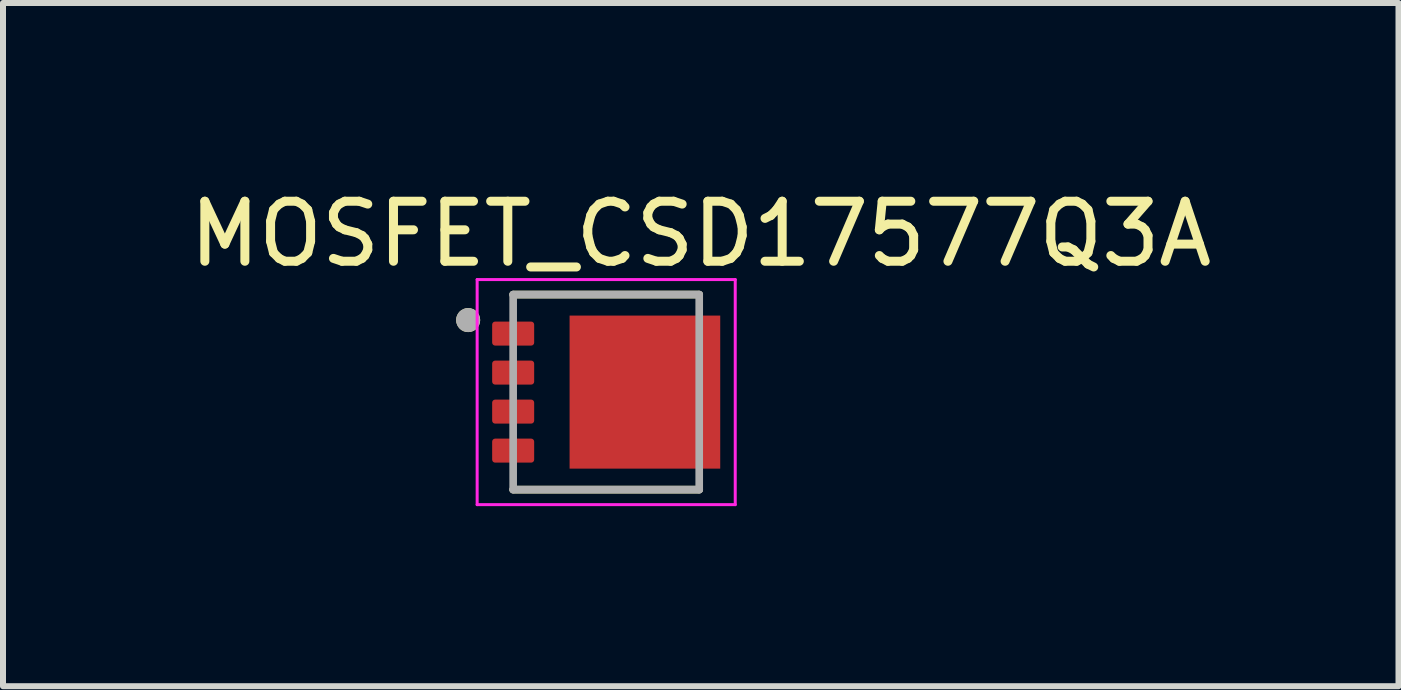
<source format=kicad_pcb>
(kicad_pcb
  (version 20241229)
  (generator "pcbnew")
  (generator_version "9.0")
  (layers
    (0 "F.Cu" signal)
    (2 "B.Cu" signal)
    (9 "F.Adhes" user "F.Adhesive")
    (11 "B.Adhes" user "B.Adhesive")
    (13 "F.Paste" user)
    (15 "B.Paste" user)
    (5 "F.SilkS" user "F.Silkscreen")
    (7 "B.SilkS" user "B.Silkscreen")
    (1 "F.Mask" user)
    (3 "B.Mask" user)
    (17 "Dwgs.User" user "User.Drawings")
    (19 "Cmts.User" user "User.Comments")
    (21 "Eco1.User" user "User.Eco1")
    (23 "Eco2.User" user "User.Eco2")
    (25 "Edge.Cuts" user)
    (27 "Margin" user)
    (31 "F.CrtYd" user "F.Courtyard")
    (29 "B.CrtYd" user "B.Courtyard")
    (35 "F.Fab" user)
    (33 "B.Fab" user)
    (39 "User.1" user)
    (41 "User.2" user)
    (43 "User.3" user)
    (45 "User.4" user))
  (footprint "MOSFET_CSD17577Q3A"
    (layer "F.Cu")
    (at 7.05 3.483)
    (property "Reference" "MOSFET_CSD17577Q3A" (at 1.575 -2.635 0) (layer "F.SilkS") (effects (font (size 1 1) (thickness 0.15))))
    (attr smd)
    (fp_poly (pts (xy -0.561 -1.225) (xy 1.215 -1.225) (xy 1.215 1.227) (xy -0.561 1.227)) (stroke (width 0.01) (type solid)) (fill yes) (layer "F.Mask"))
    (fp_poly (pts (xy 1.215 -0.475) (xy 1.85 -0.475) (xy 1.85 -0.175) (xy 1.215 -0.175)) (stroke (width 0.01) (type solid)) (fill yes) (layer "F.Mask"))
    (fp_poly (pts (xy 1.215 0.175) (xy 1.85 0.175) (xy 1.85 0.475) (xy 1.215 0.475)) (stroke (width 0.01) (type solid)) (fill yes) (layer "F.Mask"))
    (fp_poly (pts (xy 1.215 0.825) (xy 1.85 0.825) (xy 1.85 1.125) (xy 1.215 1.125)) (stroke (width 0.01) (type solid)) (fill yes) (layer "F.Mask"))
    (fp_poly (pts (xy 1.216 -1.125) (xy 1.85 -1.125) (xy 1.85 -0.826) (xy 1.216 -0.826)) (stroke (width 0.01) (type solid)) (fill yes) (layer "F.Mask"))
    (fp_poly (pts (xy -1.8 -1.125) (xy -1.3 -1.125) (xy -1.297 -1.125) (xy -1.295 -1.125) (xy -1.292 -1.124) (xy -1.29 -1.124) (xy -1.287 -1.123) (xy -1.285 -1.123) (xy -1.282 -1.122) (xy -1.28 -1.121) (xy -1.277 -1.12) (xy -1.275 -1.118) (xy -1.273 -1.117) (xy -1.271 -1.115) (xy -1.269 -1.114) (xy -1.267 -1.112) (xy -1.265 -1.11) (xy -1.263 -1.108) (xy -1.261 -1.106) (xy -1.26 -1.104) (xy -1.258 -1.102) (xy -1.257 -1.1) (xy -1.255 -1.098) (xy -1.254 -1.095) (xy -1.253 -1.093) (xy -1.252 -1.09) (xy -1.252 -1.088) (xy -1.251 -1.085) (xy -1.251 -1.083) (xy -1.25 -1.08) (xy -1.25 -1.078) (xy -1.25 -1.075) (xy -1.25 -0.875) (xy -1.25 -0.872) (xy -1.25 -0.87) (xy -1.251 -0.867) (xy -1.251 -0.865) (xy -1.252 -0.862) (xy -1.252 -0.86) (xy -1.253 -0.857) (xy -1.254 -0.855) (xy -1.255 -0.852) (xy -1.257 -0.85) (xy -1.258 -0.848) (xy -1.26 -0.846) (xy -1.261 -0.844) (xy -1.263 -0.842) (xy -1.265 -0.84) (xy -1.267 -0.838) (xy -1.269 -0.836) (xy -1.271 -0.835) (xy -1.273 -0.833) (xy -1.275 -0.832) (xy -1.277 -0.83) (xy -1.28 -0.829) (xy -1.282 -0.828) (xy -1.285 -0.827) (xy -1.287 -0.827) (xy -1.29 -0.826) (xy -1.292 -0.826) (xy -1.295 -0.825) (xy -1.297 -0.825) (xy -1.3 -0.825) (xy -1.8 -0.825) (xy -1.803 -0.825) (xy -1.805 -0.825) (xy -1.808 -0.826) (xy -1.81 -0.826) (xy -1.813 -0.827) (xy -1.815 -0.827) (xy -1.818 -0.828) (xy -1.82 -0.829) (xy -1.823 -0.83) (xy -1.825 -0.832) (xy -1.827 -0.833) (xy -1.829 -0.835) (xy -1.831 -0.836) (xy -1.833 -0.838) (xy -1.835 -0.84) (xy -1.837 -0.842) (xy -1.839 -0.844) (xy -1.84 -0.846) (xy -1.842 -0.848) (xy -1.843 -0.85) (xy -1.845 -0.852) (xy -1.846 -0.855) (xy -1.847 -0.857) (xy -1.848 -0.86) (xy -1.848 -0.862) (xy -1.849 -0.865) (xy -1.849 -0.867) (xy -1.85 -0.87) (xy -1.85 -0.872) (xy -1.85 -0.875) (xy -1.85 -1.075) (xy -1.85 -1.078) (xy -1.85 -1.08) (xy -1.849 -1.083) (xy -1.849 -1.085) (xy -1.848 -1.088) (xy -1.848 -1.09) (xy -1.847 -1.093) (xy -1.846 -1.095) (xy -1.845 -1.098) (xy -1.843 -1.1) (xy -1.842 -1.102) (xy -1.84 -1.104) (xy -1.839 -1.106) (xy -1.837 -1.108) (xy -1.835 -1.11) (xy -1.833 -1.112) (xy -1.831 -1.114) (xy -1.829 -1.115) (xy -1.827 -1.117) (xy -1.825 -1.118) (xy -1.823 -1.12) (xy -1.82 -1.121) (xy -1.818 -1.122) (xy -1.815 -1.123) (xy -1.813 -1.123) (xy -1.81 -1.124) (xy -1.808 -1.124) (xy -1.805 -1.125) (xy -1.803 -1.125) (xy -1.8 -1.125)) (stroke (width 0.0001) (type solid)) (fill yes) (layer "F.Mask"))
    (fp_poly (pts (xy -1.8 -0.475) (xy -1.3 -0.475) (xy -1.297 -0.475) (xy -1.295 -0.475) (xy -1.292 -0.474) (xy -1.29 -0.474) (xy -1.287 -0.473) (xy -1.285 -0.473) (xy -1.282 -0.472) (xy -1.28 -0.471) (xy -1.277 -0.47) (xy -1.275 -0.468) (xy -1.273 -0.467) (xy -1.271 -0.465) (xy -1.269 -0.464) (xy -1.267 -0.462) (xy -1.265 -0.46) (xy -1.263 -0.458) (xy -1.261 -0.456) (xy -1.26 -0.454) (xy -1.258 -0.452) (xy -1.257 -0.45) (xy -1.255 -0.448) (xy -1.254 -0.445) (xy -1.253 -0.443) (xy -1.252 -0.44) (xy -1.252 -0.438) (xy -1.251 -0.435) (xy -1.251 -0.433) (xy -1.25 -0.43) (xy -1.25 -0.428) (xy -1.25 -0.425) (xy -1.25 -0.225) (xy -1.25 -0.222) (xy -1.25 -0.22) (xy -1.251 -0.217) (xy -1.251 -0.215) (xy -1.252 -0.212) (xy -1.252 -0.21) (xy -1.253 -0.207) (xy -1.254 -0.205) (xy -1.255 -0.202) (xy -1.257 -0.2) (xy -1.258 -0.198) (xy -1.26 -0.196) (xy -1.261 -0.194) (xy -1.263 -0.192) (xy -1.265 -0.19) (xy -1.267 -0.188) (xy -1.269 -0.186) (xy -1.271 -0.185) (xy -1.273 -0.183) (xy -1.275 -0.182) (xy -1.277 -0.18) (xy -1.28 -0.179) (xy -1.282 -0.178) (xy -1.285 -0.177) (xy -1.287 -0.177) (xy -1.29 -0.176) (xy -1.292 -0.176) (xy -1.295 -0.175) (xy -1.297 -0.175) (xy -1.3 -0.175) (xy -1.8 -0.175) (xy -1.803 -0.175) (xy -1.805 -0.175) (xy -1.808 -0.176) (xy -1.81 -0.176) (xy -1.813 -0.177) (xy -1.815 -0.177) (xy -1.818 -0.178) (xy -1.82 -0.179) (xy -1.823 -0.18) (xy -1.825 -0.182) (xy -1.827 -0.183) (xy -1.829 -0.185) (xy -1.831 -0.186) (xy -1.833 -0.188) (xy -1.835 -0.19) (xy -1.837 -0.192) (xy -1.839 -0.194) (xy -1.84 -0.196) (xy -1.842 -0.198) (xy -1.843 -0.2) (xy -1.845 -0.202) (xy -1.846 -0.205) (xy -1.847 -0.207) (xy -1.848 -0.21) (xy -1.848 -0.212) (xy -1.849 -0.215) (xy -1.849 -0.217) (xy -1.85 -0.22) (xy -1.85 -0.222) (xy -1.85 -0.225) (xy -1.85 -0.425) (xy -1.85 -0.428) (xy -1.85 -0.43) (xy -1.849 -0.433) (xy -1.849 -0.435) (xy -1.848 -0.438) (xy -1.848 -0.44) (xy -1.847 -0.443) (xy -1.846 -0.445) (xy -1.845 -0.448) (xy -1.843 -0.45) (xy -1.842 -0.452) (xy -1.84 -0.454) (xy -1.839 -0.456) (xy -1.837 -0.458) (xy -1.835 -0.46) (xy -1.833 -0.462) (xy -1.831 -0.464) (xy -1.829 -0.465) (xy -1.827 -0.467) (xy -1.825 -0.468) (xy -1.823 -0.47) (xy -1.82 -0.471) (xy -1.818 -0.472) (xy -1.815 -0.473) (xy -1.813 -0.473) (xy -1.81 -0.474) (xy -1.808 -0.474) (xy -1.805 -0.475) (xy -1.803 -0.475) (xy -1.8 -0.475)) (stroke (width 0.0001) (type solid)) (fill yes) (layer "F.Mask"))
    (fp_poly (pts (xy -1.8 0.175) (xy -1.3 0.175) (xy -1.297 0.175) (xy -1.295 0.175) (xy -1.292 0.176) (xy -1.29 0.176) (xy -1.287 0.177) (xy -1.285 0.177) (xy -1.282 0.178) (xy -1.28 0.179) (xy -1.277 0.18) (xy -1.275 0.182) (xy -1.273 0.183) (xy -1.271 0.185) (xy -1.269 0.186) (xy -1.267 0.188) (xy -1.265 0.19) (xy -1.263 0.192) (xy -1.261 0.194) (xy -1.26 0.196) (xy -1.258 0.198) (xy -1.257 0.2) (xy -1.255 0.202) (xy -1.254 0.205) (xy -1.253 0.207) (xy -1.252 0.21) (xy -1.252 0.212) (xy -1.251 0.215) (xy -1.251 0.217) (xy -1.25 0.22) (xy -1.25 0.222) (xy -1.25 0.225) (xy -1.25 0.425) (xy -1.25 0.428) (xy -1.25 0.43) (xy -1.251 0.433) (xy -1.251 0.435) (xy -1.252 0.438) (xy -1.252 0.44) (xy -1.253 0.443) (xy -1.254 0.445) (xy -1.255 0.448) (xy -1.257 0.45) (xy -1.258 0.452) (xy -1.26 0.454) (xy -1.261 0.456) (xy -1.263 0.458) (xy -1.265 0.46) (xy -1.267 0.462) (xy -1.269 0.464) (xy -1.271 0.465) (xy -1.273 0.467) (xy -1.275 0.468) (xy -1.277 0.47) (xy -1.28 0.471) (xy -1.282 0.472) (xy -1.285 0.473) (xy -1.287 0.473) (xy -1.29 0.474) (xy -1.292 0.474) (xy -1.295 0.475) (xy -1.297 0.475) (xy -1.3 0.475) (xy -1.8 0.475) (xy -1.803 0.475) (xy -1.805 0.475) (xy -1.808 0.474) (xy -1.81 0.474) (xy -1.813 0.473) (xy -1.815 0.473) (xy -1.818 0.472) (xy -1.82 0.471) (xy -1.823 0.47) (xy -1.825 0.468) (xy -1.827 0.467) (xy -1.829 0.465) (xy -1.831 0.464) (xy -1.833 0.462) (xy -1.835 0.46) (xy -1.837 0.458) (xy -1.839 0.456) (xy -1.84 0.454) (xy -1.842 0.452) (xy -1.843 0.45) (xy -1.845 0.448) (xy -1.846 0.445) (xy -1.847 0.443) (xy -1.848 0.44) (xy -1.848 0.438) (xy -1.849 0.435) (xy -1.849 0.433) (xy -1.85 0.43) (xy -1.85 0.428) (xy -1.85 0.425) (xy -1.85 0.225) (xy -1.85 0.222) (xy -1.85 0.22) (xy -1.849 0.217) (xy -1.849 0.215) (xy -1.848 0.212) (xy -1.848 0.21) (xy -1.847 0.207) (xy -1.846 0.205) (xy -1.845 0.202) (xy -1.843 0.2) (xy -1.842 0.198) (xy -1.84 0.196) (xy -1.839 0.194) (xy -1.837 0.192) (xy -1.835 0.19) (xy -1.833 0.188) (xy -1.831 0.186) (xy -1.829 0.185) (xy -1.827 0.183) (xy -1.825 0.182) (xy -1.823 0.18) (xy -1.82 0.179) (xy -1.818 0.178) (xy -1.815 0.177) (xy -1.813 0.177) (xy -1.81 0.176) (xy -1.808 0.176) (xy -1.805 0.175) (xy -1.803 0.175) (xy -1.8 0.175)) (stroke (width 0.0001) (type solid)) (fill yes) (layer "F.Mask"))
    (fp_poly (pts (xy -1.8 0.825) (xy -1.3 0.825) (xy -1.297 0.825) (xy -1.295 0.825) (xy -1.292 0.826) (xy -1.29 0.826) (xy -1.287 0.827) (xy -1.285 0.827) (xy -1.282 0.828) (xy -1.28 0.829) (xy -1.277 0.83) (xy -1.275 0.832) (xy -1.273 0.833) (xy -1.271 0.835) (xy -1.269 0.836) (xy -1.267 0.838) (xy -1.265 0.84) (xy -1.263 0.842) (xy -1.261 0.844) (xy -1.26 0.846) (xy -1.258 0.848) (xy -1.257 0.85) (xy -1.255 0.852) (xy -1.254 0.855) (xy -1.253 0.857) (xy -1.252 0.86) (xy -1.252 0.862) (xy -1.251 0.865) (xy -1.251 0.867) (xy -1.25 0.87) (xy -1.25 0.872) (xy -1.25 0.875) (xy -1.25 1.075) (xy -1.25 1.078) (xy -1.25 1.08) (xy -1.251 1.083) (xy -1.251 1.085) (xy -1.252 1.088) (xy -1.252 1.09) (xy -1.253 1.093) (xy -1.254 1.095) (xy -1.255 1.098) (xy -1.257 1.1) (xy -1.258 1.102) (xy -1.26 1.104) (xy -1.261 1.106) (xy -1.263 1.108) (xy -1.265 1.11) (xy -1.267 1.112) (xy -1.269 1.114) (xy -1.271 1.115) (xy -1.273 1.117) (xy -1.275 1.118) (xy -1.277 1.12) (xy -1.28 1.121) (xy -1.282 1.122) (xy -1.285 1.123) (xy -1.287 1.123) (xy -1.29 1.124) (xy -1.292 1.124) (xy -1.295 1.125) (xy -1.297 1.125) (xy -1.3 1.125) (xy -1.8 1.125) (xy -1.803 1.125) (xy -1.805 1.125) (xy -1.808 1.124) (xy -1.81 1.124) (xy -1.813 1.123) (xy -1.815 1.123) (xy -1.818 1.122) (xy -1.82 1.121) (xy -1.823 1.12) (xy -1.825 1.118) (xy -1.827 1.117) (xy -1.829 1.115) (xy -1.831 1.114) (xy -1.833 1.112) (xy -1.835 1.11) (xy -1.837 1.108) (xy -1.839 1.106) (xy -1.84 1.104) (xy -1.842 1.102) (xy -1.843 1.1) (xy -1.845 1.098) (xy -1.846 1.095) (xy -1.847 1.093) (xy -1.848 1.09) (xy -1.848 1.088) (xy -1.849 1.085) (xy -1.849 1.083) (xy -1.85 1.08) (xy -1.85 1.078) (xy -1.85 1.075) (xy -1.85 0.875) (xy -1.85 0.872) (xy -1.85 0.87) (xy -1.849 0.867) (xy -1.849 0.865) (xy -1.848 0.862) (xy -1.848 0.86) (xy -1.847 0.857) (xy -1.846 0.855) (xy -1.845 0.852) (xy -1.843 0.85) (xy -1.842 0.848) (xy -1.84 0.846) (xy -1.839 0.844) (xy -1.837 0.842) (xy -1.835 0.84) (xy -1.833 0.838) (xy -1.831 0.836) (xy -1.829 0.835) (xy -1.827 0.833) (xy -1.825 0.832) (xy -1.823 0.83) (xy -1.82 0.829) (xy -1.818 0.828) (xy -1.815 0.827) (xy -1.813 0.827) (xy -1.81 0.826) (xy -1.808 0.826) (xy -1.805 0.825) (xy -1.803 0.825) (xy -1.8 0.825)) (stroke (width 0.0001) (type solid)) (fill yes) (layer "F.Mask"))
    (fp_line (start -1.55 -1.625) (end 1.55 -1.625) (stroke (width 0.127) (type solid)) (layer "F.SilkS"))
    (fp_line (start 1.55 1.625) (end -1.55 1.625) (stroke (width 0.127) (type solid)) (layer "F.SilkS"))
    (fp_circle (center -2.3 -1.2) (end -2.2 -1.2) (stroke (width 0.2) (type solid)) (fill no) (layer "F.SilkS"))
    (fp_poly (pts (xy -0.561 0.1) (xy 0.144 0.1) (xy 0.144 1.225) (xy -0.561 1.225)) (stroke (width 0.01) (type solid)) (fill yes) (layer "F.Paste"))
    (fp_poly (pts (xy -0.561 -1.225) (xy 0.144 -1.225) (xy 0.144 -0.1) (xy -0.561 -0.1)) (stroke (width 0.01) (type solid)) (fill yes) (layer "F.Paste"))
    (fp_poly (pts (xy 0.345 0.1) (xy 1.05 0.1) (xy 1.05 1.226) (xy 0.345 1.226)) (stroke (width 0.01) (type solid)) (fill yes) (layer "F.Paste"))
    (fp_poly (pts (xy 0.345 -1.225) (xy 1.05 -1.225) (xy 1.05 -0.1) (xy 0.345 -0.1)) (stroke (width 0.01) (type solid)) (fill yes) (layer "F.Paste"))
    (fp_poly (pts (xy -1.8 -1.125) (xy -1.3 -1.125) (xy -1.297 -1.125) (xy -1.295 -1.125) (xy -1.292 -1.124) (xy -1.29 -1.124) (xy -1.287 -1.123) (xy -1.285 -1.123) (xy -1.282 -1.122) (xy -1.28 -1.121) (xy -1.277 -1.12) (xy -1.275 -1.118) (xy -1.273 -1.117) (xy -1.271 -1.115) (xy -1.269 -1.114) (xy -1.267 -1.112) (xy -1.265 -1.11) (xy -1.263 -1.108) (xy -1.261 -1.106) (xy -1.26 -1.104) (xy -1.258 -1.102) (xy -1.257 -1.1) (xy -1.255 -1.098) (xy -1.254 -1.095) (xy -1.253 -1.093) (xy -1.252 -1.09) (xy -1.252 -1.088) (xy -1.251 -1.085) (xy -1.251 -1.083) (xy -1.25 -1.08) (xy -1.25 -1.078) (xy -1.25 -1.075) (xy -1.25 -0.875) (xy -1.25 -0.872) (xy -1.25 -0.87) (xy -1.251 -0.867) (xy -1.251 -0.865) (xy -1.252 -0.862) (xy -1.252 -0.86) (xy -1.253 -0.857) (xy -1.254 -0.855) (xy -1.255 -0.852) (xy -1.257 -0.85) (xy -1.258 -0.848) (xy -1.26 -0.846) (xy -1.261 -0.844) (xy -1.263 -0.842) (xy -1.265 -0.84) (xy -1.267 -0.838) (xy -1.269 -0.836) (xy -1.271 -0.835) (xy -1.273 -0.833) (xy -1.275 -0.832) (xy -1.277 -0.83) (xy -1.28 -0.829) (xy -1.282 -0.828) (xy -1.285 -0.827) (xy -1.287 -0.827) (xy -1.29 -0.826) (xy -1.292 -0.826) (xy -1.295 -0.825) (xy -1.297 -0.825) (xy -1.3 -0.825) (xy -1.8 -0.825) (xy -1.803 -0.825) (xy -1.805 -0.825) (xy -1.808 -0.826) (xy -1.81 -0.826) (xy -1.813 -0.827) (xy -1.815 -0.827) (xy -1.818 -0.828) (xy -1.82 -0.829) (xy -1.823 -0.83) (xy -1.825 -0.832) (xy -1.827 -0.833) (xy -1.829 -0.835) (xy -1.831 -0.836) (xy -1.833 -0.838) (xy -1.835 -0.84) (xy -1.837 -0.842) (xy -1.839 -0.844) (xy -1.84 -0.846) (xy -1.842 -0.848) (xy -1.843 -0.85) (xy -1.845 -0.852) (xy -1.846 -0.855) (xy -1.847 -0.857) (xy -1.848 -0.86) (xy -1.848 -0.862) (xy -1.849 -0.865) (xy -1.849 -0.867) (xy -1.85 -0.87) (xy -1.85 -0.872) (xy -1.85 -0.875) (xy -1.85 -1.075) (xy -1.85 -1.078) (xy -1.85 -1.08) (xy -1.849 -1.083) (xy -1.849 -1.085) (xy -1.848 -1.088) (xy -1.848 -1.09) (xy -1.847 -1.093) (xy -1.846 -1.095) (xy -1.845 -1.098) (xy -1.843 -1.1) (xy -1.842 -1.102) (xy -1.84 -1.104) (xy -1.839 -1.106) (xy -1.837 -1.108) (xy -1.835 -1.11) (xy -1.833 -1.112) (xy -1.831 -1.114) (xy -1.829 -1.115) (xy -1.827 -1.117) (xy -1.825 -1.118) (xy -1.823 -1.12) (xy -1.82 -1.121) (xy -1.818 -1.122) (xy -1.815 -1.123) (xy -1.813 -1.123) (xy -1.81 -1.124) (xy -1.808 -1.124) (xy -1.805 -1.125) (xy -1.803 -1.125) (xy -1.8 -1.125)) (stroke (width 0.0001) (type solid)) (fill yes) (layer "F.Paste"))
    (fp_poly (pts (xy -1.8 -0.475) (xy -1.3 -0.475) (xy -1.297 -0.475) (xy -1.295 -0.475) (xy -1.292 -0.474) (xy -1.29 -0.474) (xy -1.287 -0.473) (xy -1.285 -0.473) (xy -1.282 -0.472) (xy -1.28 -0.471) (xy -1.277 -0.47) (xy -1.275 -0.468) (xy -1.273 -0.467) (xy -1.271 -0.465) (xy -1.269 -0.464) (xy -1.267 -0.462) (xy -1.265 -0.46) (xy -1.263 -0.458) (xy -1.261 -0.456) (xy -1.26 -0.454) (xy -1.258 -0.452) (xy -1.257 -0.45) (xy -1.255 -0.448) (xy -1.254 -0.445) (xy -1.253 -0.443) (xy -1.252 -0.44) (xy -1.252 -0.438) (xy -1.251 -0.435) (xy -1.251 -0.433) (xy -1.25 -0.43) (xy -1.25 -0.428) (xy -1.25 -0.425) (xy -1.25 -0.225) (xy -1.25 -0.222) (xy -1.25 -0.22) (xy -1.251 -0.217) (xy -1.251 -0.215) (xy -1.252 -0.212) (xy -1.252 -0.21) (xy -1.253 -0.207) (xy -1.254 -0.205) (xy -1.255 -0.202) (xy -1.257 -0.2) (xy -1.258 -0.198) (xy -1.26 -0.196) (xy -1.261 -0.194) (xy -1.263 -0.192) (xy -1.265 -0.19) (xy -1.267 -0.188) (xy -1.269 -0.186) (xy -1.271 -0.185) (xy -1.273 -0.183) (xy -1.275 -0.182) (xy -1.277 -0.18) (xy -1.28 -0.179) (xy -1.282 -0.178) (xy -1.285 -0.177) (xy -1.287 -0.177) (xy -1.29 -0.176) (xy -1.292 -0.176) (xy -1.295 -0.175) (xy -1.297 -0.175) (xy -1.3 -0.175) (xy -1.8 -0.175) (xy -1.803 -0.175) (xy -1.805 -0.175) (xy -1.808 -0.176) (xy -1.81 -0.176) (xy -1.813 -0.177) (xy -1.815 -0.177) (xy -1.818 -0.178) (xy -1.82 -0.179) (xy -1.823 -0.18) (xy -1.825 -0.182) (xy -1.827 -0.183) (xy -1.829 -0.185) (xy -1.831 -0.186) (xy -1.833 -0.188) (xy -1.835 -0.19) (xy -1.837 -0.192) (xy -1.839 -0.194) (xy -1.84 -0.196) (xy -1.842 -0.198) (xy -1.843 -0.2) (xy -1.845 -0.202) (xy -1.846 -0.205) (xy -1.847 -0.207) (xy -1.848 -0.21) (xy -1.848 -0.212) (xy -1.849 -0.215) (xy -1.849 -0.217) (xy -1.85 -0.22) (xy -1.85 -0.222) (xy -1.85 -0.225) (xy -1.85 -0.425) (xy -1.85 -0.428) (xy -1.85 -0.43) (xy -1.849 -0.433) (xy -1.849 -0.435) (xy -1.848 -0.438) (xy -1.848 -0.44) (xy -1.847 -0.443) (xy -1.846 -0.445) (xy -1.845 -0.448) (xy -1.843 -0.45) (xy -1.842 -0.452) (xy -1.84 -0.454) (xy -1.839 -0.456) (xy -1.837 -0.458) (xy -1.835 -0.46) (xy -1.833 -0.462) (xy -1.831 -0.464) (xy -1.829 -0.465) (xy -1.827 -0.467) (xy -1.825 -0.468) (xy -1.823 -0.47) (xy -1.82 -0.471) (xy -1.818 -0.472) (xy -1.815 -0.473) (xy -1.813 -0.473) (xy -1.81 -0.474) (xy -1.808 -0.474) (xy -1.805 -0.475) (xy -1.803 -0.475) (xy -1.8 -0.475)) (stroke (width 0.0001) (type solid)) (fill yes) (layer "F.Paste"))
    (fp_poly (pts (xy -1.8 0.175) (xy -1.3 0.175) (xy -1.297 0.175) (xy -1.295 0.175) (xy -1.292 0.176) (xy -1.29 0.176) (xy -1.287 0.177) (xy -1.285 0.177) (xy -1.282 0.178) (xy -1.28 0.179) (xy -1.277 0.18) (xy -1.275 0.182) (xy -1.273 0.183) (xy -1.271 0.185) (xy -1.269 0.186) (xy -1.267 0.188) (xy -1.265 0.19) (xy -1.263 0.192) (xy -1.261 0.194) (xy -1.26 0.196) (xy -1.258 0.198) (xy -1.257 0.2) (xy -1.255 0.202) (xy -1.254 0.205) (xy -1.253 0.207) (xy -1.252 0.21) (xy -1.252 0.212) (xy -1.251 0.215) (xy -1.251 0.217) (xy -1.25 0.22) (xy -1.25 0.222) (xy -1.25 0.225) (xy -1.25 0.425) (xy -1.25 0.428) (xy -1.25 0.43) (xy -1.251 0.433) (xy -1.251 0.435) (xy -1.252 0.438) (xy -1.252 0.44) (xy -1.253 0.443) (xy -1.254 0.445) (xy -1.255 0.448) (xy -1.257 0.45) (xy -1.258 0.452) (xy -1.26 0.454) (xy -1.261 0.456) (xy -1.263 0.458) (xy -1.265 0.46) (xy -1.267 0.462) (xy -1.269 0.464) (xy -1.271 0.465) (xy -1.273 0.467) (xy -1.275 0.468) (xy -1.277 0.47) (xy -1.28 0.471) (xy -1.282 0.472) (xy -1.285 0.473) (xy -1.287 0.473) (xy -1.29 0.474) (xy -1.292 0.474) (xy -1.295 0.475) (xy -1.297 0.475) (xy -1.3 0.475) (xy -1.8 0.475) (xy -1.803 0.475) (xy -1.805 0.475) (xy -1.808 0.474) (xy -1.81 0.474) (xy -1.813 0.473) (xy -1.815 0.473) (xy -1.818 0.472) (xy -1.82 0.471) (xy -1.823 0.47) (xy -1.825 0.468) (xy -1.827 0.467) (xy -1.829 0.465) (xy -1.831 0.464) (xy -1.833 0.462) (xy -1.835 0.46) (xy -1.837 0.458) (xy -1.839 0.456) (xy -1.84 0.454) (xy -1.842 0.452) (xy -1.843 0.45) (xy -1.845 0.448) (xy -1.846 0.445) (xy -1.847 0.443) (xy -1.848 0.44) (xy -1.848 0.438) (xy -1.849 0.435) (xy -1.849 0.433) (xy -1.85 0.43) (xy -1.85 0.428) (xy -1.85 0.425) (xy -1.85 0.225) (xy -1.85 0.222) (xy -1.85 0.22) (xy -1.849 0.217) (xy -1.849 0.215) (xy -1.848 0.212) (xy -1.848 0.21) (xy -1.847 0.207) (xy -1.846 0.205) (xy -1.845 0.202) (xy -1.843 0.2) (xy -1.842 0.198) (xy -1.84 0.196) (xy -1.839 0.194) (xy -1.837 0.192) (xy -1.835 0.19) (xy -1.833 0.188) (xy -1.831 0.186) (xy -1.829 0.185) (xy -1.827 0.183) (xy -1.825 0.182) (xy -1.823 0.18) (xy -1.82 0.179) (xy -1.818 0.178) (xy -1.815 0.177) (xy -1.813 0.177) (xy -1.81 0.176) (xy -1.808 0.176) (xy -1.805 0.175) (xy -1.803 0.175) (xy -1.8 0.175)) (stroke (width 0.0001) (type solid)) (fill yes) (layer "F.Paste"))
    (fp_poly (pts (xy -1.8 0.825) (xy -1.3 0.825) (xy -1.297 0.825) (xy -1.295 0.825) (xy -1.292 0.826) (xy -1.29 0.826) (xy -1.287 0.827) (xy -1.285 0.827) (xy -1.282 0.828) (xy -1.28 0.829) (xy -1.277 0.83) (xy -1.275 0.832) (xy -1.273 0.833) (xy -1.271 0.835) (xy -1.269 0.836) (xy -1.267 0.838) (xy -1.265 0.84) (xy -1.263 0.842) (xy -1.261 0.844) (xy -1.26 0.846) (xy -1.258 0.848) (xy -1.257 0.85) (xy -1.255 0.852) (xy -1.254 0.855) (xy -1.253 0.857) (xy -1.252 0.86) (xy -1.252 0.862) (xy -1.251 0.865) (xy -1.251 0.867) (xy -1.25 0.87) (xy -1.25 0.872) (xy -1.25 0.875) (xy -1.25 1.075) (xy -1.25 1.078) (xy -1.25 1.08) (xy -1.251 1.083) (xy -1.251 1.085) (xy -1.252 1.088) (xy -1.252 1.09) (xy -1.253 1.093) (xy -1.254 1.095) (xy -1.255 1.098) (xy -1.257 1.1) (xy -1.258 1.102) (xy -1.26 1.104) (xy -1.261 1.106) (xy -1.263 1.108) (xy -1.265 1.11) (xy -1.267 1.112) (xy -1.269 1.114) (xy -1.271 1.115) (xy -1.273 1.117) (xy -1.275 1.118) (xy -1.277 1.12) (xy -1.28 1.121) (xy -1.282 1.122) (xy -1.285 1.123) (xy -1.287 1.123) (xy -1.29 1.124) (xy -1.292 1.124) (xy -1.295 1.125) (xy -1.297 1.125) (xy -1.3 1.125) (xy -1.8 1.125) (xy -1.803 1.125) (xy -1.805 1.125) (xy -1.808 1.124) (xy -1.81 1.124) (xy -1.813 1.123) (xy -1.815 1.123) (xy -1.818 1.122) (xy -1.82 1.121) (xy -1.823 1.12) (xy -1.825 1.118) (xy -1.827 1.117) (xy -1.829 1.115) (xy -1.831 1.114) (xy -1.833 1.112) (xy -1.835 1.11) (xy -1.837 1.108) (xy -1.839 1.106) (xy -1.84 1.104) (xy -1.842 1.102) (xy -1.843 1.1) (xy -1.845 1.098) (xy -1.846 1.095) (xy -1.847 1.093) (xy -1.848 1.09) (xy -1.848 1.088) (xy -1.849 1.085) (xy -1.849 1.083) (xy -1.85 1.08) (xy -1.85 1.078) (xy -1.85 1.075) (xy -1.85 0.875) (xy -1.85 0.872) (xy -1.85 0.87) (xy -1.849 0.867) (xy -1.849 0.865) (xy -1.848 0.862) (xy -1.848 0.86) (xy -1.847 0.857) (xy -1.846 0.855) (xy -1.845 0.852) (xy -1.843 0.85) (xy -1.842 0.848) (xy -1.84 0.846) (xy -1.839 0.844) (xy -1.837 0.842) (xy -1.835 0.84) (xy -1.833 0.838) (xy -1.831 0.836) (xy -1.829 0.835) (xy -1.827 0.833) (xy -1.825 0.832) (xy -1.823 0.83) (xy -1.82 0.829) (xy -1.818 0.828) (xy -1.815 0.827) (xy -1.813 0.827) (xy -1.81 0.826) (xy -1.808 0.826) (xy -1.805 0.825) (xy -1.803 0.825) (xy -1.8 0.825)) (stroke (width 0.0001) (type solid)) (fill yes) (layer "F.Paste"))
    (fp_poly (pts (xy 1.8 -0.825) (xy 1.3 -0.825) (xy 1.297 -0.825) (xy 1.295 -0.825) (xy 1.292 -0.826) (xy 1.29 -0.826) (xy 1.287 -0.827) (xy 1.285 -0.827) (xy 1.282 -0.828) (xy 1.28 -0.829) (xy 1.277 -0.83) (xy 1.275 -0.832) (xy 1.273 -0.833) (xy 1.271 -0.835) (xy 1.269 -0.836) (xy 1.267 -0.838) (xy 1.265 -0.84) (xy 1.263 -0.842) (xy 1.261 -0.844) (xy 1.26 -0.846) (xy 1.258 -0.848) (xy 1.257 -0.85) (xy 1.255 -0.852) (xy 1.254 -0.855) (xy 1.253 -0.857) (xy 1.252 -0.86) (xy 1.252 -0.862) (xy 1.251 -0.865) (xy 1.251 -0.867) (xy 1.25 -0.87) (xy 1.25 -0.872) (xy 1.25 -0.875) (xy 1.25 -1.075) (xy 1.25 -1.078) (xy 1.25 -1.08) (xy 1.251 -1.083) (xy 1.251 -1.085) (xy 1.252 -1.088) (xy 1.252 -1.09) (xy 1.253 -1.093) (xy 1.254 -1.095) (xy 1.255 -1.098) (xy 1.257 -1.1) (xy 1.258 -1.102) (xy 1.26 -1.104) (xy 1.261 -1.106) (xy 1.263 -1.108) (xy 1.265 -1.11) (xy 1.267 -1.112) (xy 1.269 -1.114) (xy 1.271 -1.115) (xy 1.273 -1.117) (xy 1.275 -1.118) (xy 1.277 -1.12) (xy 1.28 -1.121) (xy 1.282 -1.122) (xy 1.285 -1.123) (xy 1.287 -1.123) (xy 1.29 -1.124) (xy 1.292 -1.124) (xy 1.295 -1.125) (xy 1.297 -1.125) (xy 1.3 -1.125) (xy 1.8 -1.125) (xy 1.803 -1.125) (xy 1.805 -1.125) (xy 1.808 -1.124) (xy 1.81 -1.124) (xy 1.813 -1.123) (xy 1.815 -1.123) (xy 1.818 -1.122) (xy 1.82 -1.121) (xy 1.823 -1.12) (xy 1.825 -1.118) (xy 1.827 -1.117) (xy 1.829 -1.115) (xy 1.831 -1.114) (xy 1.833 -1.112) (xy 1.835 -1.11) (xy 1.837 -1.108) (xy 1.839 -1.106) (xy 1.84 -1.104) (xy 1.842 -1.102) (xy 1.843 -1.1) (xy 1.845 -1.098) (xy 1.846 -1.095) (xy 1.847 -1.093) (xy 1.848 -1.09) (xy 1.848 -1.088) (xy 1.849 -1.085) (xy 1.849 -1.083) (xy 1.85 -1.08) (xy 1.85 -1.078) (xy 1.85 -1.075) (xy 1.85 -0.875) (xy 1.85 -0.872) (xy 1.85 -0.87) (xy 1.849 -0.867) (xy 1.849 -0.865) (xy 1.848 -0.862) (xy 1.848 -0.86) (xy 1.847 -0.857) (xy 1.846 -0.855) (xy 1.845 -0.852) (xy 1.843 -0.85) (xy 1.842 -0.848) (xy 1.84 -0.846) (xy 1.839 -0.844) (xy 1.837 -0.842) (xy 1.835 -0.84) (xy 1.833 -0.838) (xy 1.831 -0.836) (xy 1.829 -0.835) (xy 1.827 -0.833) (xy 1.825 -0.832) (xy 1.823 -0.83) (xy 1.82 -0.829) (xy 1.818 -0.828) (xy 1.815 -0.827) (xy 1.813 -0.827) (xy 1.81 -0.826) (xy 1.808 -0.826) (xy 1.805 -0.825) (xy 1.803 -0.825) (xy 1.8 -0.825)) (stroke (width 0.0001) (type solid)) (fill yes) (layer "F.Paste"))
    (fp_poly (pts (xy 1.8 -0.175) (xy 1.3 -0.175) (xy 1.297 -0.175) (xy 1.295 -0.175) (xy 1.292 -0.176) (xy 1.29 -0.176) (xy 1.287 -0.177) (xy 1.285 -0.177) (xy 1.282 -0.178) (xy 1.28 -0.179) (xy 1.277 -0.18) (xy 1.275 -0.182) (xy 1.273 -0.183) (xy 1.271 -0.185) (xy 1.269 -0.186) (xy 1.267 -0.188) (xy 1.265 -0.19) (xy 1.263 -0.192) (xy 1.261 -0.194) (xy 1.26 -0.196) (xy 1.258 -0.198) (xy 1.257 -0.2) (xy 1.255 -0.202) (xy 1.254 -0.205) (xy 1.253 -0.207) (xy 1.252 -0.21) (xy 1.252 -0.212) (xy 1.251 -0.215) (xy 1.251 -0.217) (xy 1.25 -0.22) (xy 1.25 -0.222) (xy 1.25 -0.225) (xy 1.25 -0.425) (xy 1.25 -0.428) (xy 1.25 -0.43) (xy 1.251 -0.433) (xy 1.251 -0.435) (xy 1.252 -0.438) (xy 1.252 -0.44) (xy 1.253 -0.443) (xy 1.254 -0.445) (xy 1.255 -0.448) (xy 1.257 -0.45) (xy 1.258 -0.452) (xy 1.26 -0.454) (xy 1.261 -0.456) (xy 1.263 -0.458) (xy 1.265 -0.46) (xy 1.267 -0.462) (xy 1.269 -0.464) (xy 1.271 -0.465) (xy 1.273 -0.467) (xy 1.275 -0.468) (xy 1.277 -0.47) (xy 1.28 -0.471) (xy 1.282 -0.472) (xy 1.285 -0.473) (xy 1.287 -0.473) (xy 1.29 -0.474) (xy 1.292 -0.474) (xy 1.295 -0.475) (xy 1.297 -0.475) (xy 1.3 -0.475) (xy 1.8 -0.475) (xy 1.803 -0.475) (xy 1.805 -0.475) (xy 1.808 -0.474) (xy 1.81 -0.474) (xy 1.813 -0.473) (xy 1.815 -0.473) (xy 1.818 -0.472) (xy 1.82 -0.471) (xy 1.823 -0.47) (xy 1.825 -0.468) (xy 1.827 -0.467) (xy 1.829 -0.465) (xy 1.831 -0.464) (xy 1.833 -0.462) (xy 1.835 -0.46) (xy 1.837 -0.458) (xy 1.839 -0.456) (xy 1.84 -0.454) (xy 1.842 -0.452) (xy 1.843 -0.45) (xy 1.845 -0.448) (xy 1.846 -0.445) (xy 1.847 -0.443) (xy 1.848 -0.44) (xy 1.848 -0.438) (xy 1.849 -0.435) (xy 1.849 -0.433) (xy 1.85 -0.43) (xy 1.85 -0.428) (xy 1.85 -0.425) (xy 1.85 -0.225) (xy 1.85 -0.222) (xy 1.85 -0.22) (xy 1.849 -0.217) (xy 1.849 -0.215) (xy 1.848 -0.212) (xy 1.848 -0.21) (xy 1.847 -0.207) (xy 1.846 -0.205) (xy 1.845 -0.202) (xy 1.843 -0.2) (xy 1.842 -0.198) (xy 1.84 -0.196) (xy 1.839 -0.194) (xy 1.837 -0.192) (xy 1.835 -0.19) (xy 1.833 -0.188) (xy 1.831 -0.186) (xy 1.829 -0.185) (xy 1.827 -0.183) (xy 1.825 -0.182) (xy 1.823 -0.18) (xy 1.82 -0.179) (xy 1.818 -0.178) (xy 1.815 -0.177) (xy 1.813 -0.177) (xy 1.81 -0.176) (xy 1.808 -0.176) (xy 1.805 -0.175) (xy 1.803 -0.175) (xy 1.8 -0.175)) (stroke (width 0.0001) (type solid)) (fill yes) (layer "F.Paste"))
    (fp_poly (pts (xy 1.8 0.475) (xy 1.3 0.475) (xy 1.297 0.475) (xy 1.295 0.475) (xy 1.292 0.474) (xy 1.29 0.474) (xy 1.287 0.473) (xy 1.285 0.473) (xy 1.282 0.472) (xy 1.28 0.471) (xy 1.277 0.47) (xy 1.275 0.468) (xy 1.273 0.467) (xy 1.271 0.465) (xy 1.269 0.464) (xy 1.267 0.462) (xy 1.265 0.46) (xy 1.263 0.458) (xy 1.261 0.456) (xy 1.26 0.454) (xy 1.258 0.452) (xy 1.257 0.45) (xy 1.255 0.448) (xy 1.254 0.445) (xy 1.253 0.443) (xy 1.252 0.44) (xy 1.252 0.438) (xy 1.251 0.435) (xy 1.251 0.433) (xy 1.25 0.43) (xy 1.25 0.428) (xy 1.25 0.425) (xy 1.25 0.225) (xy 1.25 0.222) (xy 1.25 0.22) (xy 1.251 0.217) (xy 1.251 0.215) (xy 1.252 0.212) (xy 1.252 0.21) (xy 1.253 0.207) (xy 1.254 0.205) (xy 1.255 0.202) (xy 1.257 0.2) (xy 1.258 0.198) (xy 1.26 0.196) (xy 1.261 0.194) (xy 1.263 0.192) (xy 1.265 0.19) (xy 1.267 0.188) (xy 1.269 0.186) (xy 1.271 0.185) (xy 1.273 0.183) (xy 1.275 0.182) (xy 1.277 0.18) (xy 1.28 0.179) (xy 1.282 0.178) (xy 1.285 0.177) (xy 1.287 0.177) (xy 1.29 0.176) (xy 1.292 0.176) (xy 1.295 0.175) (xy 1.297 0.175) (xy 1.3 0.175) (xy 1.8 0.175) (xy 1.803 0.175) (xy 1.805 0.175) (xy 1.808 0.176) (xy 1.81 0.176) (xy 1.813 0.177) (xy 1.815 0.177) (xy 1.818 0.178) (xy 1.82 0.179) (xy 1.823 0.18) (xy 1.825 0.182) (xy 1.827 0.183) (xy 1.829 0.185) (xy 1.831 0.186) (xy 1.833 0.188) (xy 1.835 0.19) (xy 1.837 0.192) (xy 1.839 0.194) (xy 1.84 0.196) (xy 1.842 0.198) (xy 1.843 0.2) (xy 1.845 0.202) (xy 1.846 0.205) (xy 1.847 0.207) (xy 1.848 0.21) (xy 1.848 0.212) (xy 1.849 0.215) (xy 1.849 0.217) (xy 1.85 0.22) (xy 1.85 0.222) (xy 1.85 0.225) (xy 1.85 0.425) (xy 1.85 0.428) (xy 1.85 0.43) (xy 1.849 0.433) (xy 1.849 0.435) (xy 1.848 0.438) (xy 1.848 0.44) (xy 1.847 0.443) (xy 1.846 0.445) (xy 1.845 0.448) (xy 1.843 0.45) (xy 1.842 0.452) (xy 1.84 0.454) (xy 1.839 0.456) (xy 1.837 0.458) (xy 1.835 0.46) (xy 1.833 0.462) (xy 1.831 0.464) (xy 1.829 0.465) (xy 1.827 0.467) (xy 1.825 0.468) (xy 1.823 0.47) (xy 1.82 0.471) (xy 1.818 0.472) (xy 1.815 0.473) (xy 1.813 0.473) (xy 1.81 0.474) (xy 1.808 0.474) (xy 1.805 0.475) (xy 1.803 0.475) (xy 1.8 0.475)) (stroke (width 0.0001) (type solid)) (fill yes) (layer "F.Paste"))
    (fp_poly (pts (xy 1.8 1.125) (xy 1.3 1.125) (xy 1.297 1.125) (xy 1.295 1.125) (xy 1.292 1.124) (xy 1.29 1.124) (xy 1.287 1.123) (xy 1.285 1.123) (xy 1.282 1.122) (xy 1.28 1.121) (xy 1.277 1.12) (xy 1.275 1.118) (xy 1.273 1.117) (xy 1.271 1.115) (xy 1.269 1.114) (xy 1.267 1.112) (xy 1.265 1.11) (xy 1.263 1.108) (xy 1.261 1.106) (xy 1.26 1.104) (xy 1.258 1.102) (xy 1.257 1.1) (xy 1.255 1.098) (xy 1.254 1.095) (xy 1.253 1.093) (xy 1.252 1.09) (xy 1.252 1.088) (xy 1.251 1.085) (xy 1.251 1.083) (xy 1.25 1.08) (xy 1.25 1.078) (xy 1.25 1.075) (xy 1.25 0.875) (xy 1.25 0.872) (xy 1.25 0.87) (xy 1.251 0.867) (xy 1.251 0.865) (xy 1.252 0.862) (xy 1.252 0.86) (xy 1.253 0.857) (xy 1.254 0.855) (xy 1.255 0.852) (xy 1.257 0.85) (xy 1.258 0.848) (xy 1.26 0.846) (xy 1.261 0.844) (xy 1.263 0.842) (xy 1.265 0.84) (xy 1.267 0.838) (xy 1.269 0.836) (xy 1.271 0.835) (xy 1.273 0.833) (xy 1.275 0.832) (xy 1.277 0.83) (xy 1.28 0.829) (xy 1.282 0.828) (xy 1.285 0.827) (xy 1.287 0.827) (xy 1.29 0.826) (xy 1.292 0.826) (xy 1.295 0.825) (xy 1.297 0.825) (xy 1.3 0.825) (xy 1.8 0.825) (xy 1.803 0.825) (xy 1.805 0.825) (xy 1.808 0.826) (xy 1.81 0.826) (xy 1.813 0.827) (xy 1.815 0.827) (xy 1.818 0.828) (xy 1.82 0.829) (xy 1.823 0.83) (xy 1.825 0.832) (xy 1.827 0.833) (xy 1.829 0.835) (xy 1.831 0.836) (xy 1.833 0.838) (xy 1.835 0.84) (xy 1.837 0.842) (xy 1.839 0.844) (xy 1.84 0.846) (xy 1.842 0.848) (xy 1.843 0.85) (xy 1.845 0.852) (xy 1.846 0.855) (xy 1.847 0.857) (xy 1.848 0.86) (xy 1.848 0.862) (xy 1.849 0.865) (xy 1.849 0.867) (xy 1.85 0.87) (xy 1.85 0.872) (xy 1.85 0.875) (xy 1.85 1.075) (xy 1.85 1.078) (xy 1.85 1.08) (xy 1.849 1.083) (xy 1.849 1.085) (xy 1.848 1.088) (xy 1.848 1.09) (xy 1.847 1.093) (xy 1.846 1.095) (xy 1.845 1.098) (xy 1.843 1.1) (xy 1.842 1.102) (xy 1.84 1.104) (xy 1.839 1.106) (xy 1.837 1.108) (xy 1.835 1.11) (xy 1.833 1.112) (xy 1.831 1.114) (xy 1.829 1.115) (xy 1.827 1.117) (xy 1.825 1.118) (xy 1.823 1.12) (xy 1.82 1.121) (xy 1.818 1.122) (xy 1.815 1.123) (xy 1.813 1.123) (xy 1.81 1.124) (xy 1.808 1.124) (xy 1.805 1.125) (xy 1.803 1.125) (xy 1.8 1.125)) (stroke (width 0.0001) (type solid)) (fill yes) (layer "F.Paste"))
    (fp_line (start -2.15 -1.875) (end 2.15 -1.875) (stroke (width 0.05) (type solid)) (layer "F.CrtYd"))
    (fp_line (start -2.15 1.875) (end -2.15 -1.875) (stroke (width 0.05) (type solid)) (layer "F.CrtYd"))
    (fp_line (start 2.15 -1.875) (end 2.15 1.875) (stroke (width 0.05) (type solid)) (layer "F.CrtYd"))
    (fp_line (start 2.15 1.875) (end -2.15 1.875) (stroke (width 0.05) (type solid)) (layer "F.CrtYd"))
    (fp_line (start -1.55 -1.625) (end 1.55 -1.625) (stroke (width 0.127) (type solid)) (layer "F.Fab"))
    (fp_line (start -1.55 1.625) (end -1.55 -1.625) (stroke (width 0.127) (type solid)) (layer "F.Fab"))
    (fp_line (start 1.55 -1.625) (end 1.55 1.625) (stroke (width 0.127) (type solid)) (layer "F.Fab"))
    (fp_line (start 1.55 1.625) (end -1.55 1.625) (stroke (width 0.127) (type solid)) (layer "F.Fab"))
    (fp_circle (center -2.3 -1.2) (end -2.2 -1.2) (stroke (width 0.2) (type solid)) (fill no) (layer "F.Fab"))
    (pad "1" smd roundrect (at -1.55 -0.975) (size 0.7 0.4) (layers "F.Cu") (roundrect_rratio 0.125))
    (pad "2" smd roundrect (at -1.55 -0.325) (size 0.7 0.4) (layers "F.Cu") (roundrect_rratio 0.125))
    (pad "3" smd roundrect (at -1.55 0.325) (size 0.7 0.4) (layers "F.Cu") (roundrect_rratio 0.125))
    (pad "4" smd roundrect (at -1.55 0.975) (size 0.7 0.4) (layers "F.Cu") (roundrect_rratio 0.125))
    (pad "9" smd rect (at 0.645 0) (size 2.51 2.55) (layers "F.Cu" "F.Mask" "F.Paste")))
  (gr_rect
    (start -3 -3)
    (end 20.251 8.383)
    (stroke (width 0.1) (type default))
    (fill no)
    (layer "Edge.Cuts")))
</source>
